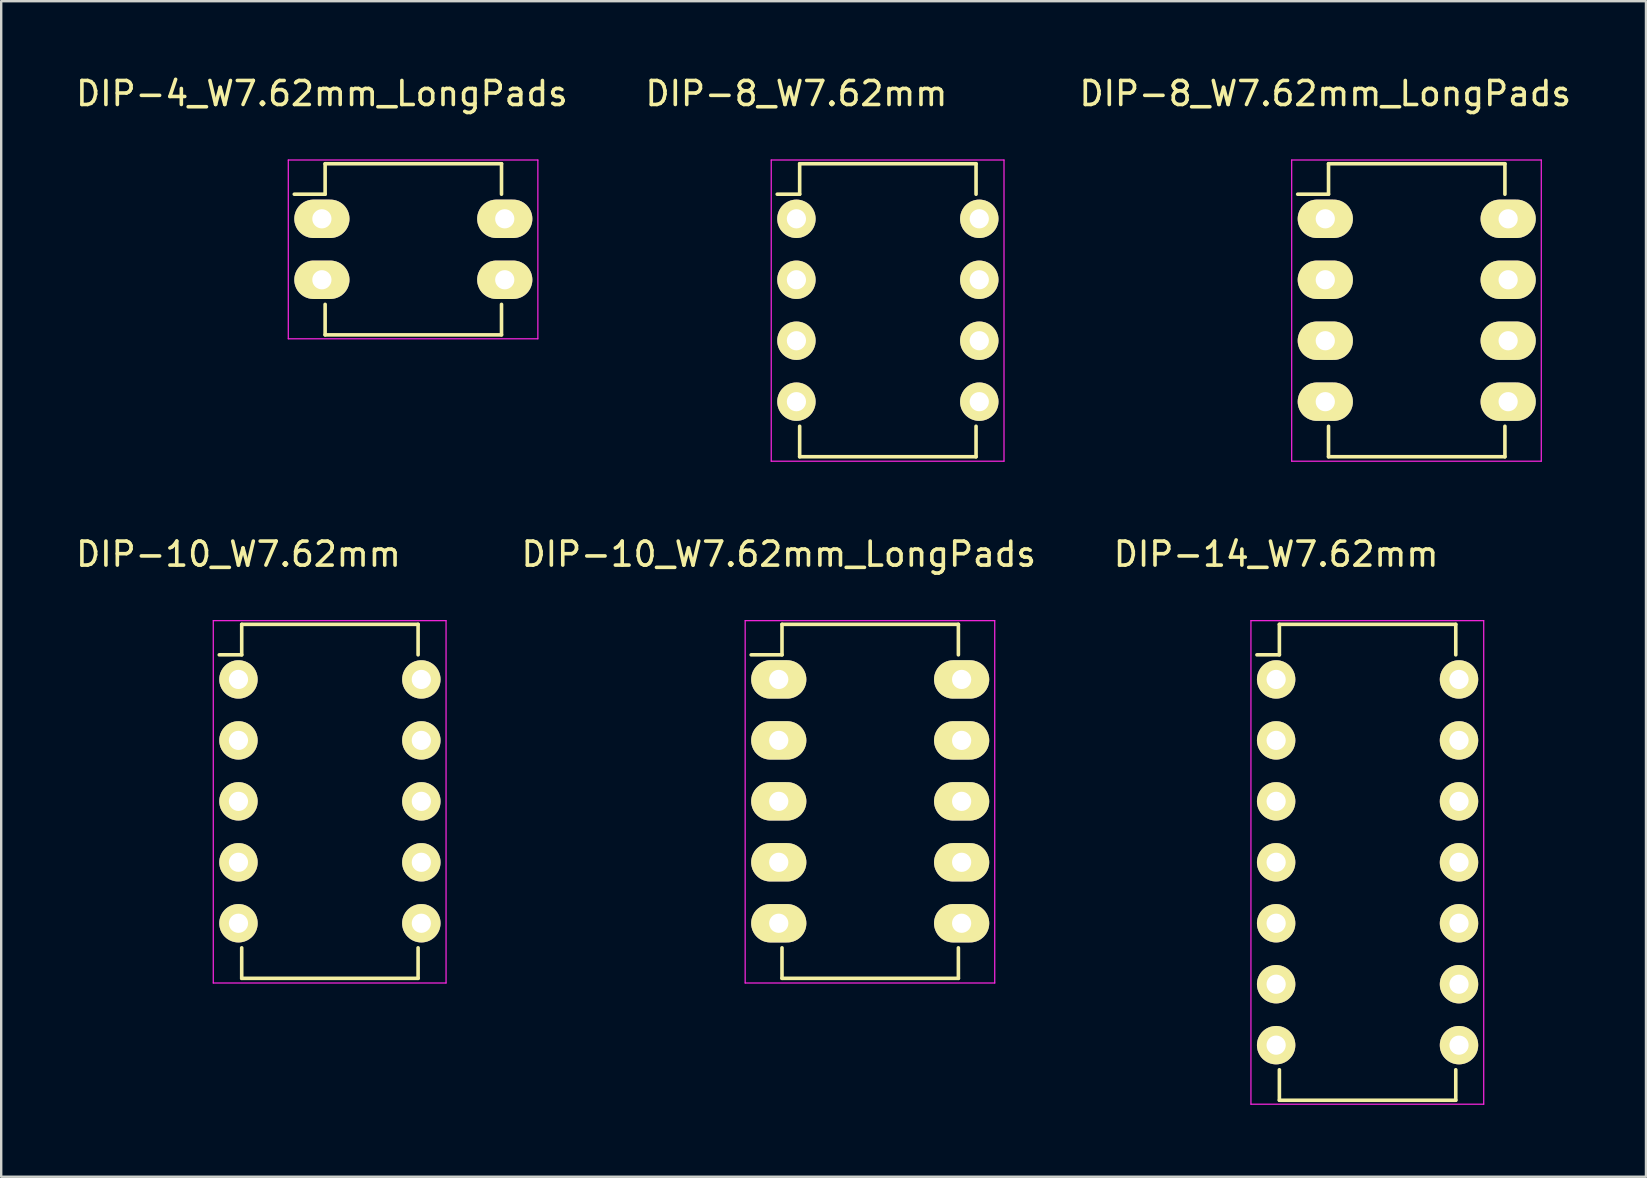
<source format=kicad_pcb>
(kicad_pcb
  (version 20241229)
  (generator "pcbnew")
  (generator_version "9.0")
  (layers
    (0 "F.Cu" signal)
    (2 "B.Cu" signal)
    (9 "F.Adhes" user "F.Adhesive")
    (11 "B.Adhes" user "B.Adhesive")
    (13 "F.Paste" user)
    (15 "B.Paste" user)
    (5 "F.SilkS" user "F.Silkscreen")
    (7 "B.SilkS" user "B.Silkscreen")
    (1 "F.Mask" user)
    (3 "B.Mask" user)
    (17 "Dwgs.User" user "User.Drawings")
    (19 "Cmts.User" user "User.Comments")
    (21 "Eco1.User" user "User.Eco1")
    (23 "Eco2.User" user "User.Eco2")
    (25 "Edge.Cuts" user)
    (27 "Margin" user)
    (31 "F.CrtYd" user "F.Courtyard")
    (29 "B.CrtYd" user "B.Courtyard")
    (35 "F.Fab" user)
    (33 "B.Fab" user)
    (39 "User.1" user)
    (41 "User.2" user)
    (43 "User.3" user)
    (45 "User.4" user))
  (footprint "DIP-10_W7.62mm"
    (layer "F.Cu")
    (at 6.887 25.262)
    (property "Reference" "DIP-10_W7.62mm" (at 0 -5.22 0) (layer "F.SilkS") (effects (font (size 1 1) (thickness 0.15))))
    (attr through_hole)
    (fp_line (start 0.135 -2.295) (end 0.135 -1.025) (stroke (width 0.15) (type solid)) (layer "F.SilkS"))
    (fp_line (start 0.135 -2.295) (end 7.485 -2.295) (stroke (width 0.15) (type solid)) (layer "F.SilkS"))
    (fp_line (start 0.135 -1.025) (end -0.8 -1.025) (stroke (width 0.15) (type solid)) (layer "F.SilkS"))
    (fp_line (start 0.135 12.455) (end 0.135 11.185) (stroke (width 0.15) (type solid)) (layer "F.SilkS"))
    (fp_line (start 0.135 12.455) (end 7.485 12.455) (stroke (width 0.15) (type solid)) (layer "F.SilkS"))
    (fp_line (start 7.485 -2.295) (end 7.485 -1.025) (stroke (width 0.15) (type solid)) (layer "F.SilkS"))
    (fp_line (start 7.485 12.455) (end 7.485 11.185) (stroke (width 0.15) (type solid)) (layer "F.SilkS"))
    (fp_line (start -1.05 -2.45) (end -1.05 12.65) (stroke (width 0.05) (type solid)) (layer "F.CrtYd"))
    (fp_line (start -1.05 -2.45) (end 8.65 -2.45) (stroke (width 0.05) (type solid)) (layer "F.CrtYd"))
    (fp_line (start -1.05 12.65) (end 8.65 12.65) (stroke (width 0.05) (type solid)) (layer "F.CrtYd"))
    (fp_line (start 8.65 -2.45) (end 8.65 12.65) (stroke (width 0.05) (type solid)) (layer "F.CrtYd"))
    (pad "1" thru_hole oval (at 0 0) (size 1.6 1.6) (drill 0.8) (layers "*.Cu" "*.Mask" "F.SilkS"))
    (pad "2" thru_hole oval (at 0 2.54) (size 1.6 1.6) (drill 0.8) (layers "*.Cu" "*.Mask" "F.SilkS"))
    (pad "3" thru_hole oval (at 0 5.08) (size 1.6 1.6) (drill 0.8) (layers "*.Cu" "*.Mask" "F.SilkS"))
    (pad "4" thru_hole oval (at 0 7.62) (size 1.6 1.6) (drill 0.8) (layers "*.Cu" "*.Mask" "F.SilkS"))
    (pad "5" thru_hole oval (at 0 10.16) (size 1.6 1.6) (drill 0.8) (layers "*.Cu" "*.Mask" "F.SilkS"))
    (pad "6" thru_hole oval (at 7.62 10.16) (size 1.6 1.6) (drill 0.8) (layers "*.Cu" "*.Mask" "F.SilkS"))
    (pad "7" thru_hole oval (at 7.62 7.62) (size 1.6 1.6) (drill 0.8) (layers "*.Cu" "*.Mask" "F.SilkS"))
    (pad "8" thru_hole oval (at 7.62 5.08) (size 1.6 1.6) (drill 0.8) (layers "*.Cu" "*.Mask" "F.SilkS"))
    (pad "9" thru_hole oval (at 7.62 2.54) (size 1.6 1.6) (drill 0.8) (layers "*.Cu" "*.Mask" "F.SilkS"))
    (pad "10" thru_hole oval (at 7.62 0) (size 1.6 1.6) (drill 0.8) (layers "*.Cu" "*.Mask" "F.SilkS")))
  (footprint "DIP-10_W7.62mm_LongPads"
    (layer "F.Cu")
    (at 29.401 25.262)
    (property "Reference" "DIP-10_W7.62mm_LongPads" (at 0 -5.22 0) (layer "F.SilkS") (effects (font (size 1 1) (thickness 0.15))))
    (attr through_hole)
    (fp_line (start 0.135 -2.295) (end 0.135 -1.025) (stroke (width 0.15) (type solid)) (layer "F.SilkS"))
    (fp_line (start 0.135 -2.295) (end 7.485 -2.295) (stroke (width 0.15) (type solid)) (layer "F.SilkS"))
    (fp_line (start 0.135 -1.025) (end -1.15 -1.025) (stroke (width 0.15) (type solid)) (layer "F.SilkS"))
    (fp_line (start 0.135 12.455) (end 0.135 11.185) (stroke (width 0.15) (type solid)) (layer "F.SilkS"))
    (fp_line (start 0.135 12.455) (end 7.485 12.455) (stroke (width 0.15) (type solid)) (layer "F.SilkS"))
    (fp_line (start 7.485 -2.295) (end 7.485 -1.025) (stroke (width 0.15) (type solid)) (layer "F.SilkS"))
    (fp_line (start 7.485 12.455) (end 7.485 11.185) (stroke (width 0.15) (type solid)) (layer "F.SilkS"))
    (fp_line (start -1.4 -2.45) (end -1.4 12.65) (stroke (width 0.05) (type solid)) (layer "F.CrtYd"))
    (fp_line (start -1.4 -2.45) (end 9 -2.45) (stroke (width 0.05) (type solid)) (layer "F.CrtYd"))
    (fp_line (start -1.4 12.65) (end 9 12.65) (stroke (width 0.05) (type solid)) (layer "F.CrtYd"))
    (fp_line (start 9 -2.45) (end 9 12.65) (stroke (width 0.05) (type solid)) (layer "F.CrtYd"))
    (pad "1" thru_hole oval (at 0 0) (size 2.3 1.6) (drill 0.8) (layers "*.Cu" "*.Mask" "F.SilkS"))
    (pad "2" thru_hole oval (at 0 2.54) (size 2.3 1.6) (drill 0.8) (layers "*.Cu" "*.Mask" "F.SilkS"))
    (pad "3" thru_hole oval (at 0 5.08) (size 2.3 1.6) (drill 0.8) (layers "*.Cu" "*.Mask" "F.SilkS"))
    (pad "4" thru_hole oval (at 0 7.62) (size 2.3 1.6) (drill 0.8) (layers "*.Cu" "*.Mask" "F.SilkS"))
    (pad "5" thru_hole oval (at 0 10.16) (size 2.3 1.6) (drill 0.8) (layers "*.Cu" "*.Mask" "F.SilkS"))
    (pad "6" thru_hole oval (at 7.62 10.16) (size 2.3 1.6) (drill 0.8) (layers "*.Cu" "*.Mask" "F.SilkS"))
    (pad "7" thru_hole oval (at 7.62 7.62) (size 2.3 1.6) (drill 0.8) (layers "*.Cu" "*.Mask" "F.SilkS"))
    (pad "8" thru_hole oval (at 7.62 5.08) (size 2.3 1.6) (drill 0.8) (layers "*.Cu" "*.Mask" "F.SilkS"))
    (pad "9" thru_hole oval (at 7.62 2.54) (size 2.3 1.6) (drill 0.8) (layers "*.Cu" "*.Mask" "F.SilkS"))
    (pad "10" thru_hole oval (at 7.62 0) (size 2.3 1.6) (drill 0.8) (layers "*.Cu" "*.Mask" "F.SilkS")))
  (footprint "DIP-14_W7.62mm"
    (layer "F.Cu")
    (at 50.127 25.262)
    (property "Reference" "DIP-14_W7.62mm" (at 0 -5.22 0) (layer "F.SilkS") (effects (font (size 1 1) (thickness 0.15))))
    (attr through_hole)
    (fp_line (start 0.135 -2.295) (end 0.135 -1.025) (stroke (width 0.15) (type solid)) (layer "F.SilkS"))
    (fp_line (start 0.135 -2.295) (end 7.485 -2.295) (stroke (width 0.15) (type solid)) (layer "F.SilkS"))
    (fp_line (start 0.135 -1.025) (end -0.8 -1.025) (stroke (width 0.15) (type solid)) (layer "F.SilkS"))
    (fp_line (start 0.135 17.535) (end 0.135 16.265) (stroke (width 0.15) (type solid)) (layer "F.SilkS"))
    (fp_line (start 0.135 17.535) (end 7.485 17.535) (stroke (width 0.15) (type solid)) (layer "F.SilkS"))
    (fp_line (start 7.485 -2.295) (end 7.485 -1.025) (stroke (width 0.15) (type solid)) (layer "F.SilkS"))
    (fp_line (start 7.485 17.535) (end 7.485 16.265) (stroke (width 0.15) (type solid)) (layer "F.SilkS"))
    (fp_line (start -1.05 -2.45) (end -1.05 17.7) (stroke (width 0.05) (type solid)) (layer "F.CrtYd"))
    (fp_line (start -1.05 -2.45) (end 8.65 -2.45) (stroke (width 0.05) (type solid)) (layer "F.CrtYd"))
    (fp_line (start -1.05 17.7) (end 8.65 17.7) (stroke (width 0.05) (type solid)) (layer "F.CrtYd"))
    (fp_line (start 8.65 -2.45) (end 8.65 17.7) (stroke (width 0.05) (type solid)) (layer "F.CrtYd"))
    (pad "1" thru_hole oval (at 0 0) (size 1.6 1.6) (drill 0.8) (layers "*.Cu" "*.Mask" "F.SilkS"))
    (pad "2" thru_hole oval (at 0 2.54) (size 1.6 1.6) (drill 0.8) (layers "*.Cu" "*.Mask" "F.SilkS"))
    (pad "3" thru_hole oval (at 0 5.08) (size 1.6 1.6) (drill 0.8) (layers "*.Cu" "*.Mask" "F.SilkS"))
    (pad "4" thru_hole oval (at 0 7.62) (size 1.6 1.6) (drill 0.8) (layers "*.Cu" "*.Mask" "F.SilkS"))
    (pad "5" thru_hole oval (at 0 10.16) (size 1.6 1.6) (drill 0.8) (layers "*.Cu" "*.Mask" "F.SilkS"))
    (pad "6" thru_hole oval (at 0 12.7) (size 1.6 1.6) (drill 0.8) (layers "*.Cu" "*.Mask" "F.SilkS"))
    (pad "7" thru_hole oval (at 0 15.24) (size 1.6 1.6) (drill 0.8) (layers "*.Cu" "*.Mask" "F.SilkS"))
    (pad "8" thru_hole oval (at 7.62 15.24) (size 1.6 1.6) (drill 0.8) (layers "*.Cu" "*.Mask" "F.SilkS"))
    (pad "9" thru_hole oval (at 7.62 12.7) (size 1.6 1.6) (drill 0.8) (layers "*.Cu" "*.Mask" "F.SilkS"))
    (pad "10" thru_hole oval (at 7.62 10.16) (size 1.6 1.6) (drill 0.8) (layers "*.Cu" "*.Mask" "F.SilkS"))
    (pad "11" thru_hole oval (at 7.62 7.62) (size 1.6 1.6) (drill 0.8) (layers "*.Cu" "*.Mask" "F.SilkS"))
    (pad "12" thru_hole oval (at 7.62 5.08) (size 1.6 1.6) (drill 0.8) (layers "*.Cu" "*.Mask" "F.SilkS"))
    (pad "13" thru_hole oval (at 7.62 2.54) (size 1.6 1.6) (drill 0.8) (layers "*.Cu" "*.Mask" "F.SilkS"))
    (pad "14" thru_hole oval (at 7.62 0) (size 1.6 1.6) (drill 0.8) (layers "*.Cu" "*.Mask" "F.SilkS")))
  (footprint "DIP-4_W7.62mm_LongPads"
    (layer "F.Cu")
    (at 10.363 6.068)
    (property "Reference" "DIP-4_W7.62mm_LongPads" (at 0 -5.22 0) (layer "F.SilkS") (effects (font (size 1 1) (thickness 0.15))))
    (attr through_hole)
    (fp_line (start 0.135 -2.295) (end 0.135 -1.025) (stroke (width 0.15) (type solid)) (layer "F.SilkS"))
    (fp_line (start 0.135 -2.295) (end 7.485 -2.295) (stroke (width 0.15) (type solid)) (layer "F.SilkS"))
    (fp_line (start 0.135 -1.025) (end -1.15 -1.025) (stroke (width 0.15) (type solid)) (layer "F.SilkS"))
    (fp_line (start 0.135 4.835) (end 0.135 3.565) (stroke (width 0.15) (type solid)) (layer "F.SilkS"))
    (fp_line (start 0.135 4.835) (end 7.485 4.835) (stroke (width 0.15) (type solid)) (layer "F.SilkS"))
    (fp_line (start 7.485 -2.295) (end 7.485 -1.025) (stroke (width 0.15) (type solid)) (layer "F.SilkS"))
    (fp_line (start 7.485 4.835) (end 7.485 3.565) (stroke (width 0.15) (type solid)) (layer "F.SilkS"))
    (fp_line (start -1.4 -2.45) (end -1.4 5) (stroke (width 0.05) (type solid)) (layer "F.CrtYd"))
    (fp_line (start -1.4 -2.45) (end 9 -2.45) (stroke (width 0.05) (type solid)) (layer "F.CrtYd"))
    (fp_line (start -1.4 5) (end 9 5) (stroke (width 0.05) (type solid)) (layer "F.CrtYd"))
    (fp_line (start 9 -2.45) (end 9 5) (stroke (width 0.05) (type solid)) (layer "F.CrtYd"))
    (pad "1" thru_hole oval (at 0 0) (size 2.3 1.6) (drill 0.8) (layers "*.Cu" "*.Mask" "F.SilkS"))
    (pad "2" thru_hole oval (at 0 2.54) (size 2.3 1.6) (drill 0.8) (layers "*.Cu" "*.Mask" "F.SilkS"))
    (pad "3" thru_hole oval (at 7.62 2.54) (size 2.3 1.6) (drill 0.8) (layers "*.Cu" "*.Mask" "F.SilkS"))
    (pad "4" thru_hole oval (at 7.62 0) (size 2.3 1.6) (drill 0.8) (layers "*.Cu" "*.Mask" "F.SilkS")))
  (footprint "DIP-8_W7.62mm_LongPads"
    (layer "F.Cu")
    (at 52.175 6.068)
    (property "Reference" "DIP-8_W7.62mm_LongPads" (at 0 -5.22 0) (layer "F.SilkS") (effects (font (size 1 1) (thickness 0.15))))
    (attr through_hole)
    (fp_line (start 0.135 -2.295) (end 0.135 -1.025) (stroke (width 0.15) (type solid)) (layer "F.SilkS"))
    (fp_line (start 0.135 -2.295) (end 7.485 -2.295) (stroke (width 0.15) (type solid)) (layer "F.SilkS"))
    (fp_line (start 0.135 -1.025) (end -1.15 -1.025) (stroke (width 0.15) (type solid)) (layer "F.SilkS"))
    (fp_line (start 0.135 9.915) (end 0.135 8.645) (stroke (width 0.15) (type solid)) (layer "F.SilkS"))
    (fp_line (start 0.135 9.915) (end 7.485 9.915) (stroke (width 0.15) (type solid)) (layer "F.SilkS"))
    (fp_line (start 7.485 -2.295) (end 7.485 -1.025) (stroke (width 0.15) (type solid)) (layer "F.SilkS"))
    (fp_line (start 7.485 9.915) (end 7.485 8.645) (stroke (width 0.15) (type solid)) (layer "F.SilkS"))
    (fp_line (start -1.4 -2.45) (end -1.4 10.1) (stroke (width 0.05) (type solid)) (layer "F.CrtYd"))
    (fp_line (start -1.4 -2.45) (end 9 -2.45) (stroke (width 0.05) (type solid)) (layer "F.CrtYd"))
    (fp_line (start -1.4 10.1) (end 9 10.1) (stroke (width 0.05) (type solid)) (layer "F.CrtYd"))
    (fp_line (start 9 -2.45) (end 9 10.1) (stroke (width 0.05) (type solid)) (layer "F.CrtYd"))
    (pad "1" thru_hole oval (at 0 0) (size 2.3 1.6) (drill 0.8) (layers "*.Cu" "*.Mask" "F.SilkS"))
    (pad "2" thru_hole oval (at 0 2.54) (size 2.3 1.6) (drill 0.8) (layers "*.Cu" "*.Mask" "F.SilkS"))
    (pad "3" thru_hole oval (at 0 5.08) (size 2.3 1.6) (drill 0.8) (layers "*.Cu" "*.Mask" "F.SilkS"))
    (pad "4" thru_hole oval (at 0 7.62) (size 2.3 1.6) (drill 0.8) (layers "*.Cu" "*.Mask" "F.SilkS"))
    (pad "5" thru_hole oval (at 7.62 7.62) (size 2.3 1.6) (drill 0.8) (layers "*.Cu" "*.Mask" "F.SilkS"))
    (pad "6" thru_hole oval (at 7.62 5.08) (size 2.3 1.6) (drill 0.8) (layers "*.Cu" "*.Mask" "F.SilkS"))
    (pad "7" thru_hole oval (at 7.62 2.54) (size 2.3 1.6) (drill 0.8) (layers "*.Cu" "*.Mask" "F.SilkS"))
    (pad "8" thru_hole oval (at 7.62 0) (size 2.3 1.6) (drill 0.8) (layers "*.Cu" "*.Mask" "F.SilkS")))
  (footprint "DIP-8_W7.62mm"
    (layer "F.Cu")
    (at 30.137 6.068)
    (property "Reference" "DIP-8_W7.62mm" (at 0 -5.22 0) (layer "F.SilkS") (effects (font (size 1 1) (thickness 0.15))))
    (attr through_hole)
    (fp_line (start 0.135 -2.295) (end 0.135 -1.025) (stroke (width 0.15) (type solid)) (layer "F.SilkS"))
    (fp_line (start 0.135 -2.295) (end 7.485 -2.295) (stroke (width 0.15) (type solid)) (layer "F.SilkS"))
    (fp_line (start 0.135 -1.025) (end -0.8 -1.025) (stroke (width 0.15) (type solid)) (layer "F.SilkS"))
    (fp_line (start 0.135 9.915) (end 0.135 8.645) (stroke (width 0.15) (type solid)) (layer "F.SilkS"))
    (fp_line (start 0.135 9.915) (end 7.485 9.915) (stroke (width 0.15) (type solid)) (layer "F.SilkS"))
    (fp_line (start 7.485 -2.295) (end 7.485 -1.025) (stroke (width 0.15) (type solid)) (layer "F.SilkS"))
    (fp_line (start 7.485 9.915) (end 7.485 8.645) (stroke (width 0.15) (type solid)) (layer "F.SilkS"))
    (fp_line (start -1.05 -2.45) (end -1.05 10.1) (stroke (width 0.05) (type solid)) (layer "F.CrtYd"))
    (fp_line (start -1.05 -2.45) (end 8.65 -2.45) (stroke (width 0.05) (type solid)) (layer "F.CrtYd"))
    (fp_line (start -1.05 10.1) (end 8.65 10.1) (stroke (width 0.05) (type solid)) (layer "F.CrtYd"))
    (fp_line (start 8.65 -2.45) (end 8.65 10.1) (stroke (width 0.05) (type solid)) (layer "F.CrtYd"))
    (pad "1" thru_hole oval (at 0 0) (size 1.6 1.6) (drill 0.8) (layers "*.Cu" "*.Mask" "F.SilkS"))
    (pad "2" thru_hole oval (at 0 2.54) (size 1.6 1.6) (drill 0.8) (layers "*.Cu" "*.Mask" "F.SilkS"))
    (pad "3" thru_hole oval (at 0 5.08) (size 1.6 1.6) (drill 0.8) (layers "*.Cu" "*.Mask" "F.SilkS"))
    (pad "4" thru_hole oval (at 0 7.62) (size 1.6 1.6) (drill 0.8) (layers "*.Cu" "*.Mask" "F.SilkS"))
    (pad "5" thru_hole oval (at 7.62 7.62) (size 1.6 1.6) (drill 0.8) (layers "*.Cu" "*.Mask" "F.SilkS"))
    (pad "6" thru_hole oval (at 7.62 5.08) (size 1.6 1.6) (drill 0.8) (layers "*.Cu" "*.Mask" "F.SilkS"))
    (pad "7" thru_hole oval (at 7.62 2.54) (size 1.6 1.6) (drill 0.8) (layers "*.Cu" "*.Mask" "F.SilkS"))
    (pad "8" thru_hole oval (at 7.62 0) (size 1.6 1.6) (drill 0.8) (layers "*.Cu" "*.Mask" "F.SilkS")))
  (gr_rect
    (start -3 -3)
    (end 65.538 45.986)
    (stroke (width 0.1) (type default))
    (fill no)
    (layer "Edge.Cuts")))
</source>
